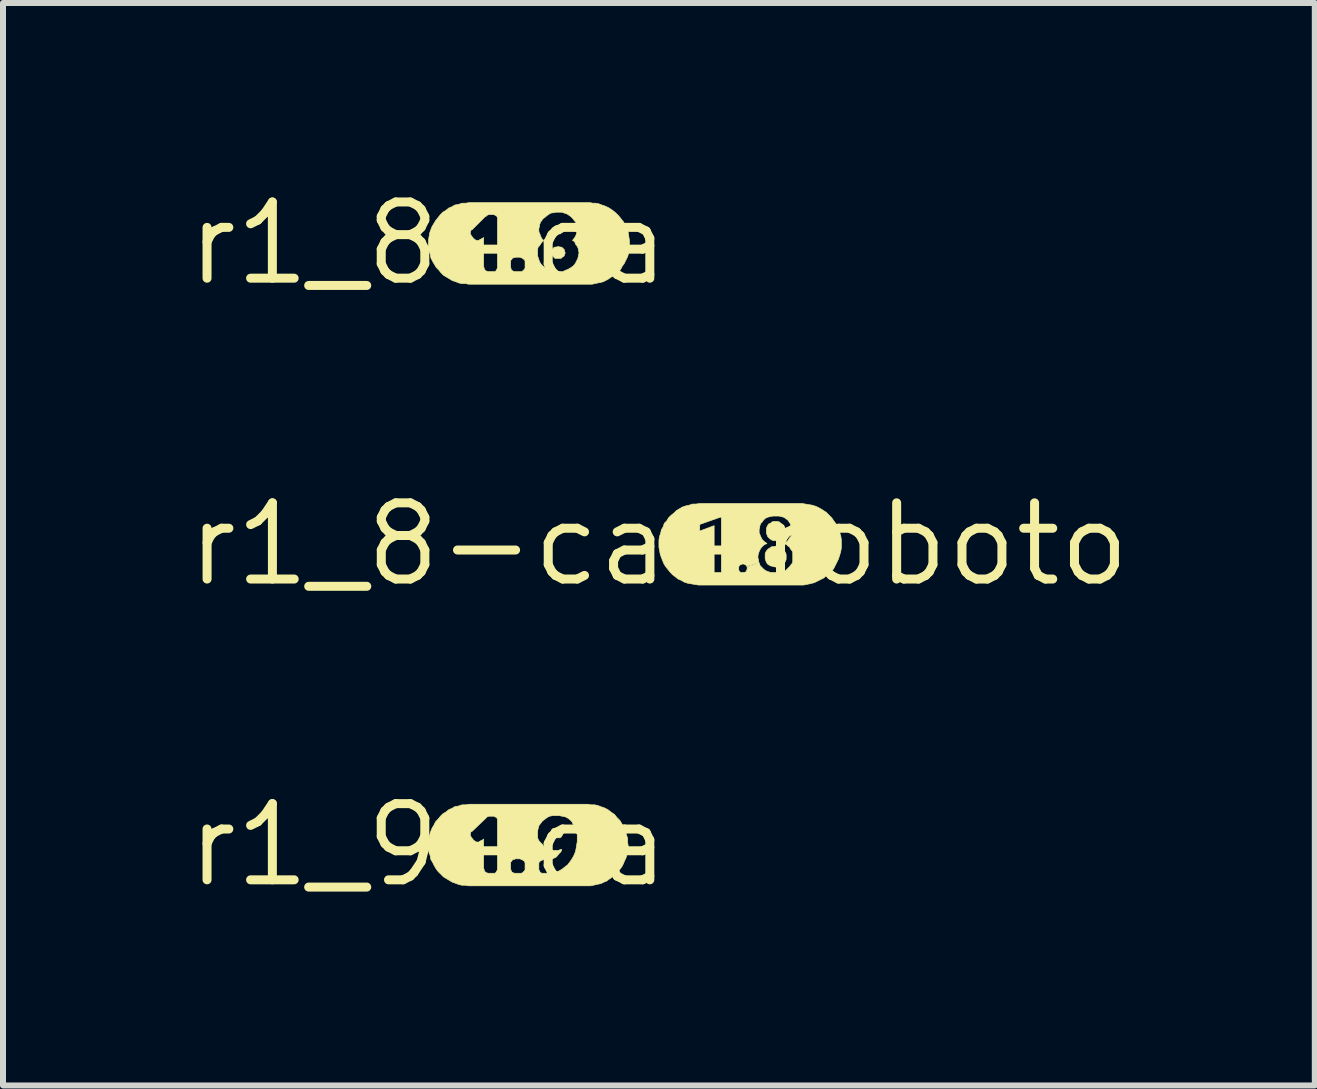
<source format=kicad_pcb>
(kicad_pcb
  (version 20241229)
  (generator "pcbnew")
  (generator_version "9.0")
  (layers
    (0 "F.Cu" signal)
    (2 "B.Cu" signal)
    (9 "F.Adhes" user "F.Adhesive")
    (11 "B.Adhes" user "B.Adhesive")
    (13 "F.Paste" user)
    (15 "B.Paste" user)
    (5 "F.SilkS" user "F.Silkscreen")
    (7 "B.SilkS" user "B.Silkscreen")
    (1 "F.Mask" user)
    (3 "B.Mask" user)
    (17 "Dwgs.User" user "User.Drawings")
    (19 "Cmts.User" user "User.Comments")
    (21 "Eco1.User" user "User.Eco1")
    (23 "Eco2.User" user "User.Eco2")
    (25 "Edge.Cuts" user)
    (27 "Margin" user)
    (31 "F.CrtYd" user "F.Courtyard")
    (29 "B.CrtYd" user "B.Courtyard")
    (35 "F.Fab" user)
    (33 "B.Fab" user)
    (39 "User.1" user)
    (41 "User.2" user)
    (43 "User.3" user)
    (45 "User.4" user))
  (footprint "r1_9-ca"
    (layer "F.Cu")
    (at 4.089 11.031)
    (property "Reference" "r1_9-ca" (at 0 0 0) (layer "F.SilkS") (effects (font (size 1.27 1.27) (thickness 0.15))))
    (attr board_only exclude_from_pos_files exclude_from_bom)
    (fp_poly (pts (xy 2.14 -0.28) (xy 2.1 -0.28) (xy 2.09 -0.28) (xy 2.07 -0.27) (xy 2.06 -0.26) (xy 2.05 -0.25) (xy 2.05 -0.24) (xy 2.04 -0.22) (xy 2.04 -0.21) (xy 2.04 -0.19) (xy 2.04 -0.17) (xy 2.05 -0.16) (xy 2.06 -0.14) (xy 2.07 -0.13) (xy 2.08 -0.12) (xy 2.1 -0.12) (xy 2.12 -0.12) (xy 2.15 -0.12) (xy 2.17 -0.12) (xy 2.19 -0.12) (xy 2.21 -0.13) (xy 2.22 -0.15) (xy 2.23 -0.16) (xy 2.24 -0.18) (xy 2.24 -0.2) (xy 2.24 -0.23) (xy 2.23 -0.24) (xy 2.21 -0.26) (xy 2.2 -0.27) (xy 2.18 -0.28) (xy 2.16 -0.28) (xy 2.14 -0.28)) (stroke (width 0.01) (type solid)) (fill yes) (layer "F.SilkS"))
    (fp_poly (pts (xy 0.68 -0.68) (xy 0.62 -0.67) (xy 0.56 -0.67) (xy 0.5 -0.65) (xy 0.44 -0.64) (xy 0.39 -0.61) (xy 0.34 -0.59) (xy 0.29 -0.55) (xy 0.24 -0.52) (xy 0.2 -0.48) (xy 0.16 -0.43) (xy 0.12 -0.39) (xy 0.09 -0.33) (xy 0.06 -0.28) (xy 0.04 -0.23) (xy 0.02 -0.17) (xy 0.01 -0.11) (xy 0 -0.05) (xy 0 0.01) (xy 0 0.07) (xy 0.01 0.13) (xy 0.03 0.18) (xy 0.04 0.24) (xy 0.07 0.29) (xy 0.1 0.35) (xy 0.13 0.4) (xy 0.16 0.44) (xy 0.21 0.49) (xy 0.25 0.53) (xy 0.3 0.56) (xy 0.35 0.59) (xy 0.4 0.62) (xy 0.46 0.64) (xy 0.51 0.66) (xy 0.56 0.67) (xy 0.61 0.67) (xy 0.67 0.68) (xy 0.95 0.45) (xy 0.93 0.43) (xy 0.93 0.41) (xy 0.92 0.39) (xy 0.92 0.36) (xy 0.92 -0.1) (xy 0.91 -0.09) (xy 0.89 -0.08) (xy 0.87 -0.07) (xy 0.85 -0.06) (xy 0.84 -0.05) (xy 0.82 -0.05) (xy 0.81 -0.05) (xy 0.8 -0.05) (xy 0.78 -0.06) (xy 0.77 -0.07) (xy 0.75 -0.08) (xy 0.74 -0.1) (xy 0.72 -0.12) (xy 0.71 -0.14) (xy 0.7 -0.15) (xy 0.7 -0.17) (xy 0.7 -0.18) (xy 0.7 -0.2) (xy 0.71 -0.22) (xy 0.73 -0.23) (xy 0.96 -0.45) (xy 0.98 -0.47) (xy 1.01 -0.48) (xy 1.03 -0.48) (xy 1.06 -0.48) (xy 1.09 -0.48) (xy 1.13 -0.46) (xy 1.14 -0.45) (xy 1.15 -0.43) (xy 1.15 0.41) (xy 1.37 0.4) (xy 1.37 0.37) (xy 1.37 0.31) (xy 1.37 0.3) (xy 1.37 0.28) (xy 1.39 0.27) (xy 1.39 0.26) (xy 1.41 0.24) (xy 1.43 0.24) (xy 1.45 0.23) (xy 1.48 0.23) (xy 1.52 0.23) (xy 1.55 0.24) (xy 1.57 0.25) (xy 1.58 0.26) (xy 1.6 0.27) (xy 1.61 0.3) (xy 1.61 0.33) (xy 1.61 0.36) (xy 1.84 0.35) (xy 1.84 0.33) (xy 1.84 0.3) (xy 1.85 0.28) (xy 1.86 0.27) (xy 1.88 0.26) (xy 1.9 0.25) (xy 1.93 0.24) (xy 1.99 0.24) (xy 2.03 0.24) (xy 2.07 0.23) (xy 2.11 0.21) (xy 2.13 0.2) (xy 2.14 0.19) (xy 2.18 0.14) (xy 2.21 0.11) (xy 2.22 0.07) (xy 2.19 0.08) (xy 2.16 0.09) (xy 2.13 0.09) (xy 2.09 0.09) (xy 2.05 0.08) (xy 2.02 0.07) (xy 1.99 0.06) (xy 1.95 0.04) (xy 1.92 0.02) (xy 1.9 -0.01) (xy 1.87 -0.04) (xy 1.85 -0.06) (xy 1.83 -0.09) (xy 1.82 -0.12) (xy 1.82 -0.16) (xy 1.82 -0.19) (xy 1.82 -0.24) (xy 1.83 -0.28) (xy 1.84 -0.32) (xy 1.87 -0.36) (xy 1.9 -0.4) (xy 1.94 -0.43) (xy 1.98 -0.46) (xy 2.02 -0.48) (xy 2.07 -0.49) (xy 2.12 -0.49) (xy 2.18 -0.49) (xy 2.23 -0.48) (xy 2.28 -0.47) (xy 2.32 -0.45) (xy 2.36 -0.42) (xy 2.39 -0.39) (xy 2.41 -0.35) (xy 2.44 -0.31) (xy 2.45 -0.27) (xy 2.47 -0.22) (xy 2.48 -0.17) (xy 2.48 -0.12) (xy 2.48 -0.06) (xy 2.47 0) (xy 2.46 0.06) (xy 2.45 0.11) (xy 2.43 0.16) (xy 2.41 0.2) (xy 2.38 0.25) (xy 2.35 0.29) (xy 2.32 0.33) (xy 2.28 0.36) (xy 2.23 0.4) (xy 2.18 0.43) (xy 2.13 0.45) (xy 2.07 0.46) (xy 2.03 0.47) (xy 2 0.47) (xy 1.96 0.47) (xy 1.92 0.47) (xy 1.9 0.47) (xy 1.89 0.47) (xy 1.87 0.46) (xy 1.86 0.45) (xy 1.85 0.43) (xy 1.84 0.41) (xy 1.84 0.38) (xy 1.84 0.35) (xy 1.61 0.36) (xy 1.61 0.39) (xy 1.61 0.41) (xy 1.6 0.43) (xy 1.58 0.45) (xy 1.57 0.46) (xy 1.55 0.47) (xy 1.52 0.47) (xy 1.49 0.47) (xy 1.46 0.47) (xy 1.43 0.47) (xy 1.41 0.46) (xy 1.39 0.45) (xy 1.38 0.43) (xy 1.37 0.4) (xy 1.15 0.41) (xy 1.14 0.43) (xy 1.13 0.45) (xy 1.11 0.47) (xy 1.08 0.47) (xy 1.05 0.47) (xy 1.01 0.47) (xy 0.99 0.47) (xy 0.97 0.46) (xy 0.96 0.46) (xy 0.95 0.45) (xy 0.67 0.68) (xy 2.65 0.68) (xy 2.7 0.68) (xy 2.75 0.67) (xy 2.79 0.66) (xy 2.84 0.65) (xy 2.88 0.64) (xy 2.92 0.62) (xy 2.97 0.6) (xy 3.01 0.57) (xy 3.04 0.55) (xy 3.08 0.52) (xy 3.12 0.49) (xy 3.15 0.46) (xy 3.18 0.42) (xy 3.21 0.38) (xy 3.23 0.35) (xy 3.25 0.31) (xy 3.27 0.26) (xy 3.29 0.22) (xy 3.31 0.16) (xy 3.32 0.09) (xy 3.33 0.02) (xy 3.32 -0.04) (xy 3.32 -0.11) (xy 3.3 -0.17) (xy 3.28 -0.24) (xy 3.26 -0.3) (xy 3.22 -0.36) (xy 3.19 -0.41) (xy 3.14 -0.46) (xy 3.1 -0.51) (xy 3.04 -0.55) (xy 2.99 -0.59) (xy 2.93 -0.62) (xy 2.87 -0.64) (xy 2.82 -0.66) (xy 2.77 -0.67) (xy 2.71 -0.67) (xy 2.66 -0.68) (xy 0.68 -0.68)) (stroke (width 0.01) (type solid)) (fill yes) (layer "F.SilkS")))
  (footprint "r1_8-ca"
    (layer "F.Cu")
    (at 4.089 1.006)
    (property "Reference" "r1_8-ca" (at 0 0 0) (layer "F.SilkS") (effects (font (size 1.27 1.27) (thickness 0.15))))
    (attr board_only exclude_from_pos_files exclude_from_bom)
    (fp_poly (pts (xy 2.25 -0.25) (xy 2.22 -0.28) (xy 2.2 -0.29) (xy 2.19 -0.3) (xy 2.17 -0.3) (xy 2.13 -0.3) (xy 2.12 -0.29) (xy 2.11 -0.29) (xy 2.1 -0.28) (xy 2.09 -0.27) (xy 2.08 -0.26) (xy 2.08 -0.24) (xy 2.07 -0.23) (xy 2.07 -0.22) (xy 2.08 -0.2) (xy 2.09 -0.19) (xy 2.1 -0.18) (xy 2.11 -0.17) (xy 2.13 -0.16) (xy 2.14 -0.16) (xy 2.16 -0.16) (xy 2.18 -0.16) (xy 2.2 -0.16) (xy 2.21 -0.17) (xy 2.22 -0.18) (xy 2.24 -0.19) (xy 2.24 -0.2) (xy 2.25 -0.22) (xy 2.25 -0.25)) (stroke (width 0.01) (type solid)) (fill yes) (layer "F.SilkS"))
    (fp_poly (pts (xy 2.11 0.25) (xy 2.17 0.25) (xy 2.21 0.25) (xy 2.22 0.24) (xy 2.23 0.23) (xy 2.25 0.22) (xy 2.26 0.21) (xy 2.27 0.19) (xy 2.27 0.18) (xy 2.28 0.16) (xy 2.27 0.14) (xy 2.27 0.12) (xy 2.26 0.1) (xy 2.25 0.09) (xy 2.23 0.07) (xy 2.21 0.06) (xy 2.19 0.06) (xy 2.16 0.05) (xy 2.14 0.06) (xy 2.11 0.06) (xy 2.09 0.07) (xy 2.08 0.08) (xy 2.06 0.1) (xy 2.05 0.12) (xy 2.05 0.14) (xy 2.05 0.16) (xy 2.05 0.18) (xy 2.06 0.19) (xy 2.07 0.21) (xy 2.11 0.25)) (stroke (width 0.01) (type solid)) (fill yes) (layer "F.SilkS"))
    (fp_poly (pts (xy 0.68 -0.68) (xy 0.62 -0.67) (xy 0.56 -0.67) (xy 0.5 -0.65) (xy 0.44 -0.64) (xy 0.39 -0.61) (xy 0.34 -0.59) (xy 0.29 -0.55) (xy 0.24 -0.52) (xy 0.2 -0.48) (xy 0.16 -0.43) (xy 0.12 -0.38) (xy 0.09 -0.33) (xy 0.06 -0.28) (xy 0.04 -0.23) (xy 0.02 -0.17) (xy 0.01 -0.11) (xy 0 -0.05) (xy 0 0.01) (xy 0 0.07) (xy 0.01 0.13) (xy 0.03 0.18) (xy 0.04 0.24) (xy 0.07 0.3) (xy 0.1 0.35) (xy 0.13 0.4) (xy 0.17 0.44) (xy 0.21 0.49) (xy 0.25 0.53) (xy 0.3 0.56) (xy 0.35 0.59) (xy 0.4 0.62) (xy 0.46 0.64) (xy 0.51 0.66) (xy 0.56 0.67) (xy 0.62 0.67) (xy 0.67 0.68) (xy 0.95 0.45) (xy 0.93 0.43) (xy 0.93 0.41) (xy 0.92 0.39) (xy 0.92 0.36) (xy 0.92 -0.1) (xy 0.91 -0.09) (xy 0.89 -0.08) (xy 0.87 -0.07) (xy 0.85 -0.06) (xy 0.84 -0.05) (xy 0.82 -0.05) (xy 0.81 -0.05) (xy 0.8 -0.05) (xy 0.78 -0.06) (xy 0.77 -0.07) (xy 0.75 -0.08) (xy 0.74 -0.1) (xy 0.72 -0.12) (xy 0.71 -0.14) (xy 0.7 -0.15) (xy 0.7 -0.17) (xy 0.7 -0.18) (xy 0.7 -0.2) (xy 0.71 -0.22) (xy 0.73 -0.23) (xy 0.95 -0.45) (xy 0.96 -0.45) (xy 0.98 -0.47) (xy 1.01 -0.48) (xy 1.03 -0.48) (xy 1.06 -0.48) (xy 1.09 -0.48) (xy 1.13 -0.46) (xy 1.14 -0.45) (xy 1.15 -0.43) (xy 1.15 0.41) (xy 1.37 0.4) (xy 1.37 0.37) (xy 1.37 0.31) (xy 1.37 0.3) (xy 1.37 0.28) (xy 1.39 0.27) (xy 1.39 0.26) (xy 1.41 0.24) (xy 1.43 0.24) (xy 1.45 0.23) (xy 1.48 0.23) (xy 1.52 0.23) (xy 1.55 0.24) (xy 1.57 0.25) (xy 1.58 0.26) (xy 1.6 0.27) (xy 1.61 0.3) (xy 1.83 0.24) (xy 1.82 0.21) (xy 1.82 0.18) (xy 1.82 0.14) (xy 1.82 0.12) (xy 1.82 0.09) (xy 1.83 0.06) (xy 1.85 0.04) (xy 1.87 0.01) (xy 1.89 -0.02) (xy 1.9 -0.03) (xy 1.92 -0.05) (xy 1.89 -0.08) (xy 1.88 -0.1) (xy 1.87 -0.12) (xy 1.86 -0.15) (xy 1.85 -0.17) (xy 1.84 -0.2) (xy 1.84 -0.22) (xy 1.84 -0.25) (xy 1.85 -0.28) (xy 1.85 -0.31) (xy 1.86 -0.33) (xy 1.87 -0.36) (xy 1.89 -0.38) (xy 1.9 -0.4) (xy 1.92 -0.42) (xy 1.95 -0.44) (xy 1.97 -0.46) (xy 2 -0.48) (xy 2.03 -0.5) (xy 2.06 -0.51) (xy 2.09 -0.51) (xy 2.12 -0.52) (xy 2.16 -0.52) (xy 2.19 -0.52) (xy 2.22 -0.52) (xy 2.25 -0.51) (xy 2.28 -0.5) (xy 2.31 -0.49) (xy 2.34 -0.47) (xy 2.37 -0.45) (xy 2.39 -0.43) (xy 2.41 -0.41) (xy 2.43 -0.38) (xy 2.45 -0.36) (xy 2.46 -0.34) (xy 2.47 -0.31) (xy 2.47 -0.28) (xy 2.48 -0.25) (xy 2.48 -0.22) (xy 2.48 -0.2) (xy 2.47 -0.18) (xy 2.46 -0.14) (xy 2.44 -0.1) (xy 2.4 -0.05) (xy 2.42 -0.04) (xy 2.44 -0.02) (xy 2.45 0.01) (xy 2.48 0.05) (xy 2.49 0.07) (xy 2.5 0.1) (xy 2.5 0.12) (xy 2.51 0.15) (xy 2.5 0.2) (xy 2.49 0.25) (xy 2.47 0.29) (xy 2.45 0.33) (xy 2.42 0.37) (xy 2.38 0.4) (xy 2.33 0.43) (xy 2.28 0.45) (xy 2.24 0.47) (xy 2.19 0.47) (xy 2.13 0.47) (xy 2.08 0.47) (xy 2.03 0.45) (xy 1.99 0.43) (xy 1.94 0.4) (xy 1.9 0.37) (xy 1.88 0.35) (xy 1.86 0.32) (xy 1.85 0.3) (xy 1.84 0.27) (xy 1.83 0.24) (xy 1.61 0.3) (xy 1.61 0.33) (xy 1.61 0.36) (xy 1.61 0.39) (xy 1.61 0.41) (xy 1.6 0.43) (xy 1.58 0.45) (xy 1.57 0.46) (xy 1.55 0.47) (xy 1.52 0.47) (xy 1.49 0.47) (xy 1.46 0.47) (xy 1.43 0.47) (xy 1.41 0.46) (xy 1.39 0.45) (xy 1.38 0.44) (xy 1.38 0.43) (xy 1.37 0.4) (xy 1.15 0.41) (xy 1.14 0.43) (xy 1.13 0.45) (xy 1.11 0.47) (xy 1.08 0.47) (xy 1.05 0.47) (xy 1.01 0.47) (xy 0.99 0.47) (xy 0.97 0.46) (xy 0.96 0.46) (xy 0.95 0.45) (xy 0.67 0.68) (xy 2.68 0.68) (xy 2.73 0.68) (xy 2.77 0.67) (xy 2.82 0.66) (xy 2.87 0.65) (xy 2.91 0.64) (xy 2.95 0.62) (xy 2.99 0.6) (xy 3.03 0.57) (xy 3.07 0.55) (xy 3.11 0.52) (xy 3.14 0.49) (xy 3.18 0.46) (xy 3.21 0.42) (xy 3.23 0.38) (xy 3.26 0.34) (xy 3.28 0.3) (xy 3.3 0.26) (xy 3.32 0.22) (xy 3.34 0.15) (xy 3.35 0.09) (xy 3.35 0.02) (xy 3.35 -0.04) (xy 3.34 -0.11) (xy 3.33 -0.18) (xy 3.31 -0.24) (xy 3.28 -0.3) (xy 3.25 -0.36) (xy 3.21 -0.41) (xy 3.17 -0.46) (xy 3.12 -0.51) (xy 3.07 -0.55) (xy 3.01 -0.59) (xy 2.95 -0.62) (xy 2.89 -0.64) (xy 2.84 -0.66) (xy 2.79 -0.67) (xy 2.74 -0.67) (xy 2.69 -0.68) (xy 0.68 -0.68)) (stroke (width 0.01) (type solid)) (fill yes) (layer "F.SilkS")))
  (footprint "r1_8-ca-roboto"
    (layer "F.Cu")
    (at 7.93 6.019)
    (property "Reference" "r1_8-ca-roboto" (at 0 0 0) (layer "F.SilkS") (effects (font (size 1.27 1.27) (thickness 0.15))))
    (attr board_only exclude_from_pos_files exclude_from_bom)
    (fp_poly (pts (xy 1.94 -0.38) (xy 1.91 -0.38) (xy 1.88 -0.37) (xy 1.86 -0.35) (xy 1.83 -0.34) (xy 1.81 -0.31) (xy 1.8 -0.29) (xy 1.79 -0.26) (xy 1.79 -0.22) (xy 1.79 -0.19) (xy 1.8 -0.16) (xy 1.81 -0.13) (xy 1.83 -0.11) (xy 1.85 -0.09) (xy 1.88 -0.07) (xy 1.91 -0.06) (xy 1.94 -0.06) (xy 1.98 -0.06) (xy 2.01 -0.07) (xy 2.03 -0.09) (xy 2.06 -0.11) (xy 2.08 -0.13) (xy 2.09 -0.16) (xy 2.1 -0.19) (xy 2.1 -0.22) (xy 2.1 -0.25) (xy 2.09 -0.28) (xy 2.08 -0.31) (xy 2.06 -0.33) (xy 2.03 -0.35) (xy 2.01 -0.37) (xy 1.98 -0.38) (xy 1.94 -0.38)) (stroke (width 0.01) (type solid)) (fill yes) (layer "F.SilkS"))
    (fp_poly (pts (xy 2.12 0.21) (xy 2.12 0.17) (xy 2.11 0.14) (xy 2.09 0.11) (xy 2.07 0.09) (xy 2.05 0.06) (xy 2.02 0.05) (xy 1.99 0.04) (xy 1.95 0.03) (xy 1.91 0.04) (xy 1.88 0.04) (xy 1.85 0.06) (xy 1.82 0.08) (xy 1.8 0.1) (xy 1.78 0.13) (xy 1.77 0.16) (xy 1.77 0.2) (xy 1.77 0.24) (xy 1.78 0.27) (xy 1.79 0.3) (xy 1.81 0.33) (xy 1.84 0.35) (xy 1.86 0.36) (xy 1.9 0.37) (xy 1.94 0.38) (xy 1.97 0.38) (xy 2.01 0.37) (xy 2.04 0.36) (xy 2.07 0.34) (xy 2.09 0.31) (xy 2.11 0.28) (xy 2.12 0.25) (xy 2.12 0.21)) (stroke (width 0.01) (type solid)) (fill yes) (layer "F.SilkS"))
    (fp_poly (pts (xy 0.68 -0.68) (xy 0.62 -0.67) (xy 0.56 -0.67) (xy 0.5 -0.65) (xy 0.45 -0.64) (xy 0.39 -0.62) (xy 0.34 -0.59) (xy 0.29 -0.56) (xy 0.25 -0.52) (xy 0.2 -0.48) (xy 0.16 -0.44) (xy 0.13 -0.39) (xy 0.09 -0.35) (xy 0.07 -0.29) (xy 0.04 -0.24) (xy 0.03 -0.19) (xy 0.01 -0.13) (xy 0 -0.07) (xy 0 -0.01) (xy 0 0.05) (xy 0.01 0.1) (xy 0.02 0.16) (xy 0.04 0.22) (xy 0.06 0.27) (xy 0.08 0.32) (xy 0.11 0.37) (xy 0.15 0.42) (xy 0.19 0.47) (xy 0.23 0.51) (xy 0.27 0.54) (xy 0.32 0.58) (xy 0.37 0.6) (xy 0.42 0.63) (xy 0.48 0.65) (xy 0.54 0.66) (xy 0.6 0.67) (xy 0.66 0.68) (xy 0.92 0.47) (xy 0.92 -0.31) (xy 0.68 -0.22) (xy 0.68 -0.33) (xy 1.02 -0.45) (xy 1.04 -0.45) (xy 1.04 0.47) (xy 1.33 0.42) (xy 1.33 0.41) (xy 1.33 0.39) (xy 1.33 0.37) (xy 1.34 0.36) (xy 1.35 0.35) (xy 1.36 0.34) (xy 1.37 0.34) (xy 1.38 0.33) (xy 1.4 0.33) (xy 1.42 0.33) (xy 1.43 0.34) (xy 1.44 0.34) (xy 1.45 0.35) (xy 1.46 0.36) (xy 1.46 0.37) (xy 1.67 0.31) (xy 1.66 0.29) (xy 1.66 0.26) (xy 1.65 0.23) (xy 1.65 0.19) (xy 1.66 0.15) (xy 1.67 0.12) (xy 1.69 0.08) (xy 1.71 0.05) (xy 1.74 0.02) (xy 1.77 0) (xy 1.8 -0.01) (xy 1.78 -0.03) (xy 1.76 -0.04) (xy 1.74 -0.06) (xy 1.72 -0.08) (xy 1.71 -0.1) (xy 1.7 -0.12) (xy 1.69 -0.14) (xy 1.68 -0.17) (xy 1.67 -0.19) (xy 1.67 -0.22) (xy 1.67 -0.25) (xy 1.68 -0.28) (xy 1.68 -0.3) (xy 1.69 -0.33) (xy 1.7 -0.35) (xy 1.72 -0.37) (xy 1.74 -0.4) (xy 1.77 -0.43) (xy 1.81 -0.45) (xy 1.85 -0.46) (xy 1.9 -0.47) (xy 1.95 -0.47) (xy 2 -0.47) (xy 2.04 -0.46) (xy 2.08 -0.45) (xy 2.11 -0.43) (xy 2.15 -0.4) (xy 2.17 -0.37) (xy 2.19 -0.34) (xy 2.2 -0.3) (xy 2.21 -0.27) (xy 2.21 -0.22) (xy 2.21 -0.19) (xy 2.21 -0.16) (xy 2.2 -0.13) (xy 2.18 -0.11) (xy 2.16 -0.08) (xy 2.14 -0.05) (xy 2.11 -0.03) (xy 2.08 -0.01) (xy 2.11 0) (xy 2.13 0.01) (xy 2.15 0.03) (xy 2.17 0.04) (xy 2.19 0.07) (xy 2.2 0.09) (xy 2.22 0.11) (xy 2.23 0.14) (xy 2.23 0.17) (xy 2.23 0.2) (xy 2.23 0.23) (xy 2.23 0.26) (xy 2.23 0.29) (xy 2.22 0.32) (xy 2.2 0.34) (xy 2.19 0.36) (xy 2.17 0.38) (xy 2.15 0.4) (xy 2.13 0.42) (xy 2.11 0.44) (xy 2.08 0.45) (xy 2.06 0.46) (xy 2.03 0.47) (xy 2 0.47) (xy 1.96 0.47) (xy 1.93 0.47) (xy 1.89 0.47) (xy 1.86 0.47) (xy 1.83 0.46) (xy 1.8 0.45) (xy 1.78 0.44) (xy 1.75 0.42) (xy 1.73 0.4) (xy 1.71 0.38) (xy 1.69 0.36) (xy 1.68 0.34) (xy 1.67 0.31) (xy 1.47 0.38) (xy 1.47 0.39) (xy 1.47 0.41) (xy 1.47 0.42) (xy 1.46 0.43) (xy 1.46 0.45) (xy 1.45 0.46) (xy 1.44 0.46) (xy 1.43 0.47) (xy 1.41 0.47) (xy 1.4 0.47) (xy 1.38 0.47) (xy 1.37 0.47) (xy 1.36 0.47) (xy 1.35 0.46) (xy 1.34 0.45) (xy 1.33 0.43) (xy 1.33 0.42) (xy 1.04 0.47) (xy 0.92 0.47) (xy 0.66 0.68) (xy 2.37 0.68) (xy 2.41 0.68) (xy 2.46 0.67) (xy 2.51 0.66) (xy 2.55 0.65) (xy 2.59 0.64) (xy 2.63 0.62) (xy 2.67 0.6) (xy 2.71 0.58) (xy 2.75 0.56) (xy 2.78 0.53) (xy 2.82 0.5) (xy 2.85 0.47) (xy 2.88 0.44) (xy 2.91 0.41) (xy 2.93 0.37) (xy 2.95 0.33) (xy 2.97 0.29) (xy 2.99 0.25) (xy 3.01 0.19) (xy 3.03 0.12) (xy 3.04 0.06) (xy 3.04 -0.01) (xy 3.04 -0.07) (xy 3.03 -0.14) (xy 3.01 -0.2) (xy 2.99 -0.27) (xy 2.96 -0.33) (xy 2.92 -0.38) (xy 2.88 -0.44) (xy 2.84 -0.48) (xy 2.79 -0.53) (xy 2.73 -0.57) (xy 2.68 -0.6) (xy 2.62 -0.63) (xy 2.56 -0.65) (xy 2.5 -0.66) (xy 2.44 -0.67) (xy 2.38 -0.68) (xy 0.68 -0.68)) (stroke (width 0.01) (type solid)) (fill yes) (layer "F.SilkS")))
  (gr_rect
    (start -3 -3)
    (end 18.859 15.037)
    (stroke (width 0.1) (type default))
    (fill no)
    (layer "Edge.Cuts")))
</source>
